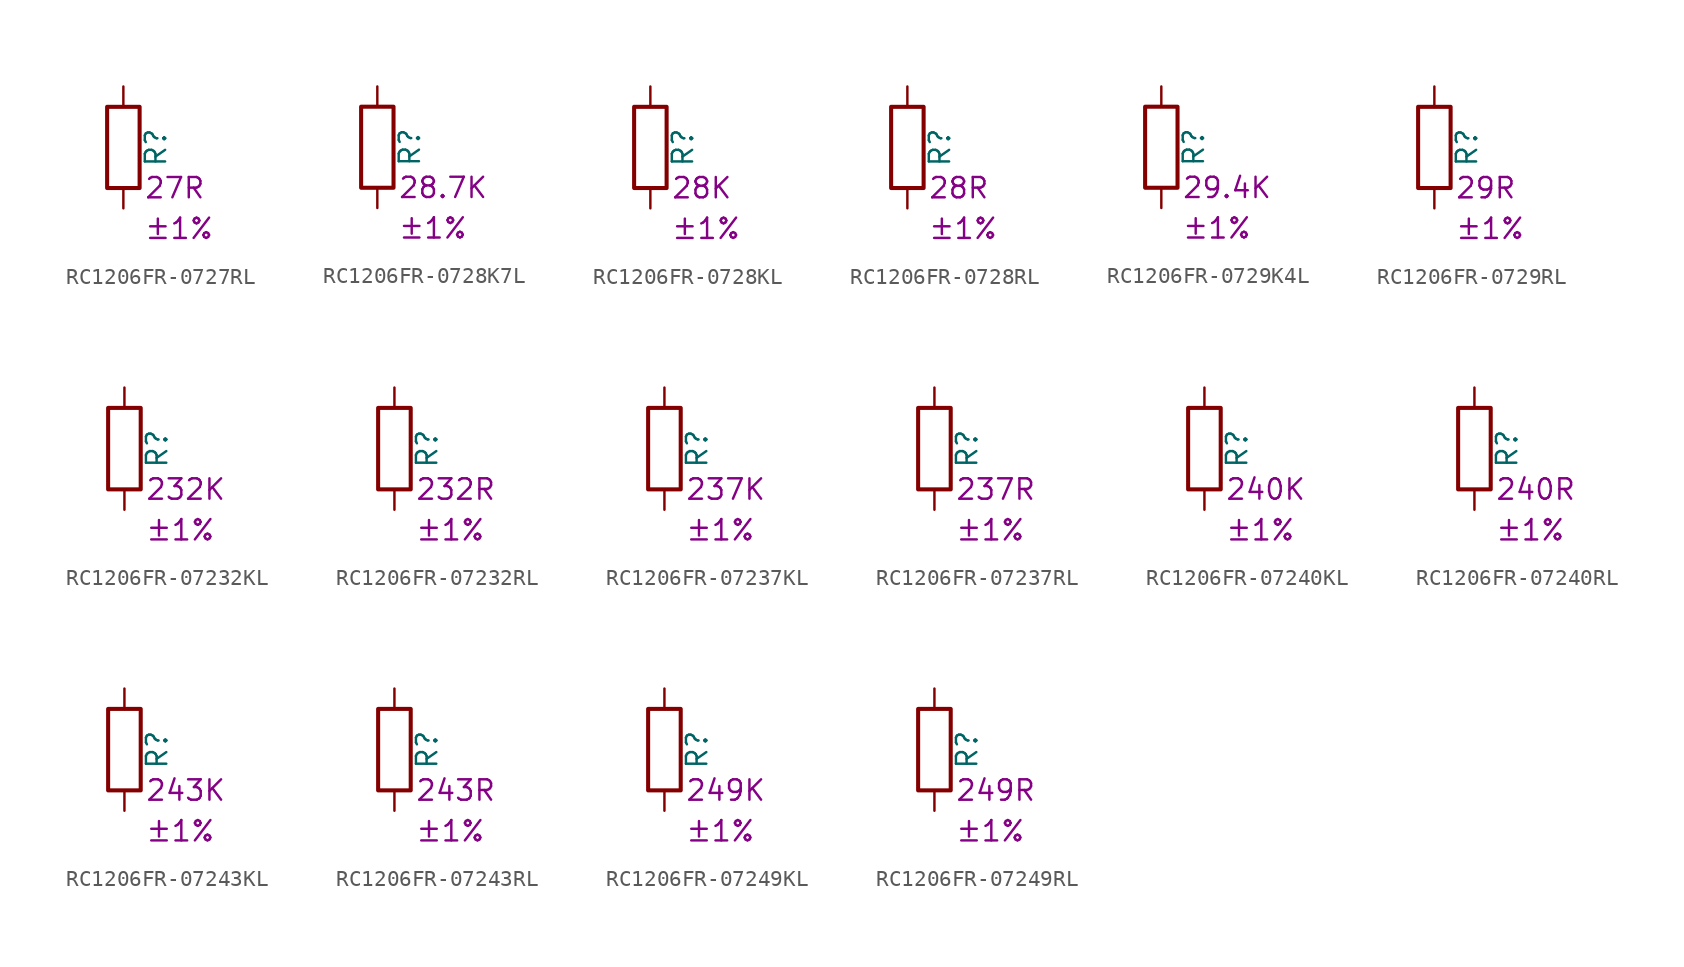
<source format=kicad_sym>
(kicad_symbol_lib
  (version 20220914)
  (generator kicad_symbol_editor)
  (symbol "RC1206FR-0727RL"
    (pin_numbers hide)
    (pin_names
      (offset 0))
    (property "Reference" "R"
      (at 2.032 0 90)
      (effects (font (size 1.27 1.27))))
    (property "Resistance" "27R"
      (at 1.27 -2.54 0)
      (effects (font (size 1.27 1.27)) (justify left)))
    (property "Tolerance" "±1%"
      (at 1.27 -5.08 0)
      (effects (font (size 1.27 1.27)) (justify left)))
    (symbol "RC1206FR-0727RL_0_1"
      (rectangle (start -1.016 -2.54) (end 1.016 2.54) (stroke (width 0.254) (type default)) (fill (type none))))
    (symbol "RC1206FR-0727RL_1_1"
      (pin passive line (at 0 3.81 270) (length 1.27) (name "~" (effects (font (size 1.27 1.27)))) (number "1" (effects (font (size 1.27 1.27)))))
      (pin passive line (at 0 -3.81 90) (length 1.27) (name "~" (effects (font (size 1.27 1.27)))) (number "2" (effects (font (size 1.27 1.27)))))))
  (symbol "RC1206FR-0728K7L"
    (pin_numbers hide)
    (pin_names
      (offset 0))
    (property "Reference" "R"
      (at 2.032 0 90)
      (effects (font (size 1.27 1.27))))
    (property "Resistance" "28.7K"
      (at 1.27 -2.54 0)
      (effects (font (size 1.27 1.27)) (justify left)))
    (property "Tolerance" "±1%"
      (at 1.27 -5.08 0)
      (effects (font (size 1.27 1.27)) (justify left)))
    (symbol "RC1206FR-0728K7L_0_1"
      (rectangle (start -1.016 -2.54) (end 1.016 2.54) (stroke (width 0.254) (type default)) (fill (type none))))
    (symbol "RC1206FR-0728K7L_1_1"
      (pin passive line (at 0 3.81 270) (length 1.27) (name "~" (effects (font (size 1.27 1.27)))) (number "1" (effects (font (size 1.27 1.27)))))
      (pin passive line (at 0 -3.81 90) (length 1.27) (name "~" (effects (font (size 1.27 1.27)))) (number "2" (effects (font (size 1.27 1.27)))))))
  (symbol "RC1206FR-0728KL"
    (pin_numbers hide)
    (pin_names
      (offset 0))
    (property "Reference" "R"
      (at 2.032 0 90)
      (effects (font (size 1.27 1.27))))
    (property "Resistance" "28K"
      (at 1.27 -2.54 0)
      (effects (font (size 1.27 1.27)) (justify left)))
    (property "Tolerance" "±1%"
      (at 1.27 -5.08 0)
      (effects (font (size 1.27 1.27)) (justify left)))
    (symbol "RC1206FR-0728KL_0_1"
      (rectangle (start -1.016 -2.54) (end 1.016 2.54) (stroke (width 0.254) (type default)) (fill (type none))))
    (symbol "RC1206FR-0728KL_1_1"
      (pin passive line (at 0 3.81 270) (length 1.27) (name "~" (effects (font (size 1.27 1.27)))) (number "1" (effects (font (size 1.27 1.27)))))
      (pin passive line (at 0 -3.81 90) (length 1.27) (name "~" (effects (font (size 1.27 1.27)))) (number "2" (effects (font (size 1.27 1.27)))))))
  (symbol "RC1206FR-0728RL"
    (pin_numbers hide)
    (pin_names
      (offset 0))
    (property "Reference" "R"
      (at 2.032 0 90)
      (effects (font (size 1.27 1.27))))
    (property "Resistance" "28R"
      (at 1.27 -2.54 0)
      (effects (font (size 1.27 1.27)) (justify left)))
    (property "Tolerance" "±1%"
      (at 1.27 -5.08 0)
      (effects (font (size 1.27 1.27)) (justify left)))
    (symbol "RC1206FR-0728RL_0_1"
      (rectangle (start -1.016 -2.54) (end 1.016 2.54) (stroke (width 0.254) (type default)) (fill (type none))))
    (symbol "RC1206FR-0728RL_1_1"
      (pin passive line (at 0 3.81 270) (length 1.27) (name "~" (effects (font (size 1.27 1.27)))) (number "1" (effects (font (size 1.27 1.27)))))
      (pin passive line (at 0 -3.81 90) (length 1.27) (name "~" (effects (font (size 1.27 1.27)))) (number "2" (effects (font (size 1.27 1.27)))))))
  (symbol "RC1206FR-0729K4L"
    (pin_numbers hide)
    (pin_names
      (offset 0))
    (property "Reference" "R"
      (at 2.032 0 90)
      (effects (font (size 1.27 1.27))))
    (property "Resistance" "29.4K"
      (at 1.27 -2.54 0)
      (effects (font (size 1.27 1.27)) (justify left)))
    (property "Tolerance" "±1%"
      (at 1.27 -5.08 0)
      (effects (font (size 1.27 1.27)) (justify left)))
    (symbol "RC1206FR-0729K4L_0_1"
      (rectangle (start -1.016 -2.54) (end 1.016 2.54) (stroke (width 0.254) (type default)) (fill (type none))))
    (symbol "RC1206FR-0729K4L_1_1"
      (pin passive line (at 0 3.81 270) (length 1.27) (name "~" (effects (font (size 1.27 1.27)))) (number "1" (effects (font (size 1.27 1.27)))))
      (pin passive line (at 0 -3.81 90) (length 1.27) (name "~" (effects (font (size 1.27 1.27)))) (number "2" (effects (font (size 1.27 1.27)))))))
  (symbol "RC1206FR-0729RL"
    (pin_numbers hide)
    (pin_names
      (offset 0))
    (property "Reference" "R"
      (at 2.032 0 90)
      (effects (font (size 1.27 1.27))))
    (property "Resistance" "29R"
      (at 1.27 -2.54 0)
      (effects (font (size 1.27 1.27)) (justify left)))
    (property "Tolerance" "±1%"
      (at 1.27 -5.08 0)
      (effects (font (size 1.27 1.27)) (justify left)))
    (symbol "RC1206FR-0729RL_0_1"
      (rectangle (start -1.016 -2.54) (end 1.016 2.54) (stroke (width 0.254) (type default)) (fill (type none))))
    (symbol "RC1206FR-0729RL_1_1"
      (pin passive line (at 0 3.81 270) (length 1.27) (name "~" (effects (font (size 1.27 1.27)))) (number "1" (effects (font (size 1.27 1.27)))))
      (pin passive line (at 0 -3.81 90) (length 1.27) (name "~" (effects (font (size 1.27 1.27)))) (number "2" (effects (font (size 1.27 1.27)))))))
  (symbol "RC1206FR-07232KL"
    (pin_numbers hide)
    (pin_names
      (offset 0))
    (property "Reference" "R"
      (at 2.032 0 90)
      (effects (font (size 1.27 1.27))))
    (property "Resistance" "232K"
      (at 1.27 -2.54 0)
      (effects (font (size 1.27 1.27)) (justify left)))
    (property "Tolerance" "±1%"
      (at 1.27 -5.08 0)
      (effects (font (size 1.27 1.27)) (justify left)))
    (symbol "RC1206FR-07232KL_0_1"
      (rectangle (start -1.016 -2.54) (end 1.016 2.54) (stroke (width 0.254) (type default)) (fill (type none))))
    (symbol "RC1206FR-07232KL_1_1"
      (pin passive line (at 0 3.81 270) (length 1.27) (name "~" (effects (font (size 1.27 1.27)))) (number "1" (effects (font (size 1.27 1.27)))))
      (pin passive line (at 0 -3.81 90) (length 1.27) (name "~" (effects (font (size 1.27 1.27)))) (number "2" (effects (font (size 1.27 1.27)))))))
  (symbol "RC1206FR-07232RL"
    (pin_numbers hide)
    (pin_names
      (offset 0))
    (property "Reference" "R"
      (at 2.032 0 90)
      (effects (font (size 1.27 1.27))))
    (property "Resistance" "232R"
      (at 1.27 -2.54 0)
      (effects (font (size 1.27 1.27)) (justify left)))
    (property "Tolerance" "±1%"
      (at 1.27 -5.08 0)
      (effects (font (size 1.27 1.27)) (justify left)))
    (symbol "RC1206FR-07232RL_0_1"
      (rectangle (start -1.016 -2.54) (end 1.016 2.54) (stroke (width 0.254) (type default)) (fill (type none))))
    (symbol "RC1206FR-07232RL_1_1"
      (pin passive line (at 0 3.81 270) (length 1.27) (name "~" (effects (font (size 1.27 1.27)))) (number "1" (effects (font (size 1.27 1.27)))))
      (pin passive line (at 0 -3.81 90) (length 1.27) (name "~" (effects (font (size 1.27 1.27)))) (number "2" (effects (font (size 1.27 1.27)))))))
  (symbol "RC1206FR-07237KL"
    (pin_numbers hide)
    (pin_names
      (offset 0))
    (property "Reference" "R"
      (at 2.032 0 90)
      (effects (font (size 1.27 1.27))))
    (property "Resistance" "237K"
      (at 1.27 -2.54 0)
      (effects (font (size 1.27 1.27)) (justify left)))
    (property "Tolerance" "±1%"
      (at 1.27 -5.08 0)
      (effects (font (size 1.27 1.27)) (justify left)))
    (symbol "RC1206FR-07237KL_0_1"
      (rectangle (start -1.016 -2.54) (end 1.016 2.54) (stroke (width 0.254) (type default)) (fill (type none))))
    (symbol "RC1206FR-07237KL_1_1"
      (pin passive line (at 0 3.81 270) (length 1.27) (name "~" (effects (font (size 1.27 1.27)))) (number "1" (effects (font (size 1.27 1.27)))))
      (pin passive line (at 0 -3.81 90) (length 1.27) (name "~" (effects (font (size 1.27 1.27)))) (number "2" (effects (font (size 1.27 1.27)))))))
  (symbol "RC1206FR-07237RL"
    (pin_numbers hide)
    (pin_names
      (offset 0))
    (property "Reference" "R"
      (at 2.032 0 90)
      (effects (font (size 1.27 1.27))))
    (property "Resistance" "237R"
      (at 1.27 -2.54 0)
      (effects (font (size 1.27 1.27)) (justify left)))
    (property "Tolerance" "±1%"
      (at 1.27 -5.08 0)
      (effects (font (size 1.27 1.27)) (justify left)))
    (symbol "RC1206FR-07237RL_0_1"
      (rectangle (start -1.016 -2.54) (end 1.016 2.54) (stroke (width 0.254) (type default)) (fill (type none))))
    (symbol "RC1206FR-07237RL_1_1"
      (pin passive line (at 0 3.81 270) (length 1.27) (name "~" (effects (font (size 1.27 1.27)))) (number "1" (effects (font (size 1.27 1.27)))))
      (pin passive line (at 0 -3.81 90) (length 1.27) (name "~" (effects (font (size 1.27 1.27)))) (number "2" (effects (font (size 1.27 1.27)))))))
  (symbol "RC1206FR-07240KL"
    (pin_numbers hide)
    (pin_names
      (offset 0))
    (property "Reference" "R"
      (at 2.032 0 90)
      (effects (font (size 1.27 1.27))))
    (property "Resistance" "240K"
      (at 1.27 -2.54 0)
      (effects (font (size 1.27 1.27)) (justify left)))
    (property "Tolerance" "±1%"
      (at 1.27 -5.08 0)
      (effects (font (size 1.27 1.27)) (justify left)))
    (symbol "RC1206FR-07240KL_0_1"
      (rectangle (start -1.016 -2.54) (end 1.016 2.54) (stroke (width 0.254) (type default)) (fill (type none))))
    (symbol "RC1206FR-07240KL_1_1"
      (pin passive line (at 0 3.81 270) (length 1.27) (name "~" (effects (font (size 1.27 1.27)))) (number "1" (effects (font (size 1.27 1.27)))))
      (pin passive line (at 0 -3.81 90) (length 1.27) (name "~" (effects (font (size 1.27 1.27)))) (number "2" (effects (font (size 1.27 1.27)))))))
  (symbol "RC1206FR-07240RL"
    (pin_numbers hide)
    (pin_names
      (offset 0))
    (property "Reference" "R"
      (at 2.032 0 90)
      (effects (font (size 1.27 1.27))))
    (property "Resistance" "240R"
      (at 1.27 -2.54 0)
      (effects (font (size 1.27 1.27)) (justify left)))
    (property "Tolerance" "±1%"
      (at 1.27 -5.08 0)
      (effects (font (size 1.27 1.27)) (justify left)))
    (symbol "RC1206FR-07240RL_0_1"
      (rectangle (start -1.016 -2.54) (end 1.016 2.54) (stroke (width 0.254) (type default)) (fill (type none))))
    (symbol "RC1206FR-07240RL_1_1"
      (pin passive line (at 0 3.81 270) (length 1.27) (name "~" (effects (font (size 1.27 1.27)))) (number "1" (effects (font (size 1.27 1.27)))))
      (pin passive line (at 0 -3.81 90) (length 1.27) (name "~" (effects (font (size 1.27 1.27)))) (number "2" (effects (font (size 1.27 1.27)))))))
  (symbol "RC1206FR-07243KL"
    (pin_numbers hide)
    (pin_names
      (offset 0))
    (property "Reference" "R"
      (at 2.032 0 90)
      (effects (font (size 1.27 1.27))))
    (property "Resistance" "243K"
      (at 1.27 -2.54 0)
      (effects (font (size 1.27 1.27)) (justify left)))
    (property "Tolerance" "±1%"
      (at 1.27 -5.08 0)
      (effects (font (size 1.27 1.27)) (justify left)))
    (symbol "RC1206FR-07243KL_0_1"
      (rectangle (start -1.016 -2.54) (end 1.016 2.54) (stroke (width 0.254) (type default)) (fill (type none))))
    (symbol "RC1206FR-07243KL_1_1"
      (pin passive line (at 0 3.81 270) (length 1.27) (name "~" (effects (font (size 1.27 1.27)))) (number "1" (effects (font (size 1.27 1.27)))))
      (pin passive line (at 0 -3.81 90) (length 1.27) (name "~" (effects (font (size 1.27 1.27)))) (number "2" (effects (font (size 1.27 1.27)))))))
  (symbol "RC1206FR-07243RL"
    (pin_numbers hide)
    (pin_names
      (offset 0))
    (property "Reference" "R"
      (at 2.032 0 90)
      (effects (font (size 1.27 1.27))))
    (property "Resistance" "243R"
      (at 1.27 -2.54 0)
      (effects (font (size 1.27 1.27)) (justify left)))
    (property "Tolerance" "±1%"
      (at 1.27 -5.08 0)
      (effects (font (size 1.27 1.27)) (justify left)))
    (symbol "RC1206FR-07243RL_0_1"
      (rectangle (start -1.016 -2.54) (end 1.016 2.54) (stroke (width 0.254) (type default)) (fill (type none))))
    (symbol "RC1206FR-07243RL_1_1"
      (pin passive line (at 0 3.81 270) (length 1.27) (name "~" (effects (font (size 1.27 1.27)))) (number "1" (effects (font (size 1.27 1.27)))))
      (pin passive line (at 0 -3.81 90) (length 1.27) (name "~" (effects (font (size 1.27 1.27)))) (number "2" (effects (font (size 1.27 1.27)))))))
  (symbol "RC1206FR-07249KL"
    (pin_numbers hide)
    (pin_names
      (offset 0))
    (property "Reference" "R"
      (at 2.032 0 90)
      (effects (font (size 1.27 1.27))))
    (property "Resistance" "249K"
      (at 1.27 -2.54 0)
      (effects (font (size 1.27 1.27)) (justify left)))
    (property "Tolerance" "±1%"
      (at 1.27 -5.08 0)
      (effects (font (size 1.27 1.27)) (justify left)))
    (symbol "RC1206FR-07249KL_0_1"
      (rectangle (start -1.016 -2.54) (end 1.016 2.54) (stroke (width 0.254) (type default)) (fill (type none))))
    (symbol "RC1206FR-07249KL_1_1"
      (pin passive line (at 0 3.81 270) (length 1.27) (name "~" (effects (font (size 1.27 1.27)))) (number "1" (effects (font (size 1.27 1.27)))))
      (pin passive line (at 0 -3.81 90) (length 1.27) (name "~" (effects (font (size 1.27 1.27)))) (number "2" (effects (font (size 1.27 1.27)))))))
  (symbol "RC1206FR-07249RL"
    (pin_numbers hide)
    (pin_names
      (offset 0))
    (property "Reference" "R"
      (at 2.032 0 90)
      (effects (font (size 1.27 1.27))))
    (property "Resistance" "249R"
      (at 1.27 -2.54 0)
      (effects (font (size 1.27 1.27)) (justify left)))
    (property "Tolerance" "±1%"
      (at 1.27 -5.08 0)
      (effects (font (size 1.27 1.27)) (justify left)))
    (symbol "RC1206FR-07249RL_0_1"
      (rectangle (start -1.016 -2.54) (end 1.016 2.54) (stroke (width 0.254) (type default)) (fill (type none))))
    (symbol "RC1206FR-07249RL_1_1"
      (pin passive line (at 0 3.81 270) (length 1.27) (name "~" (effects (font (size 1.27 1.27)))) (number "1" (effects (font (size 1.27 1.27)))))
      (pin passive line (at 0 -3.81 90) (length 1.27) (name "~" (effects (font (size 1.27 1.27)))) (number "2" (effects (font (size 1.27 1.27))))))))
</source>
